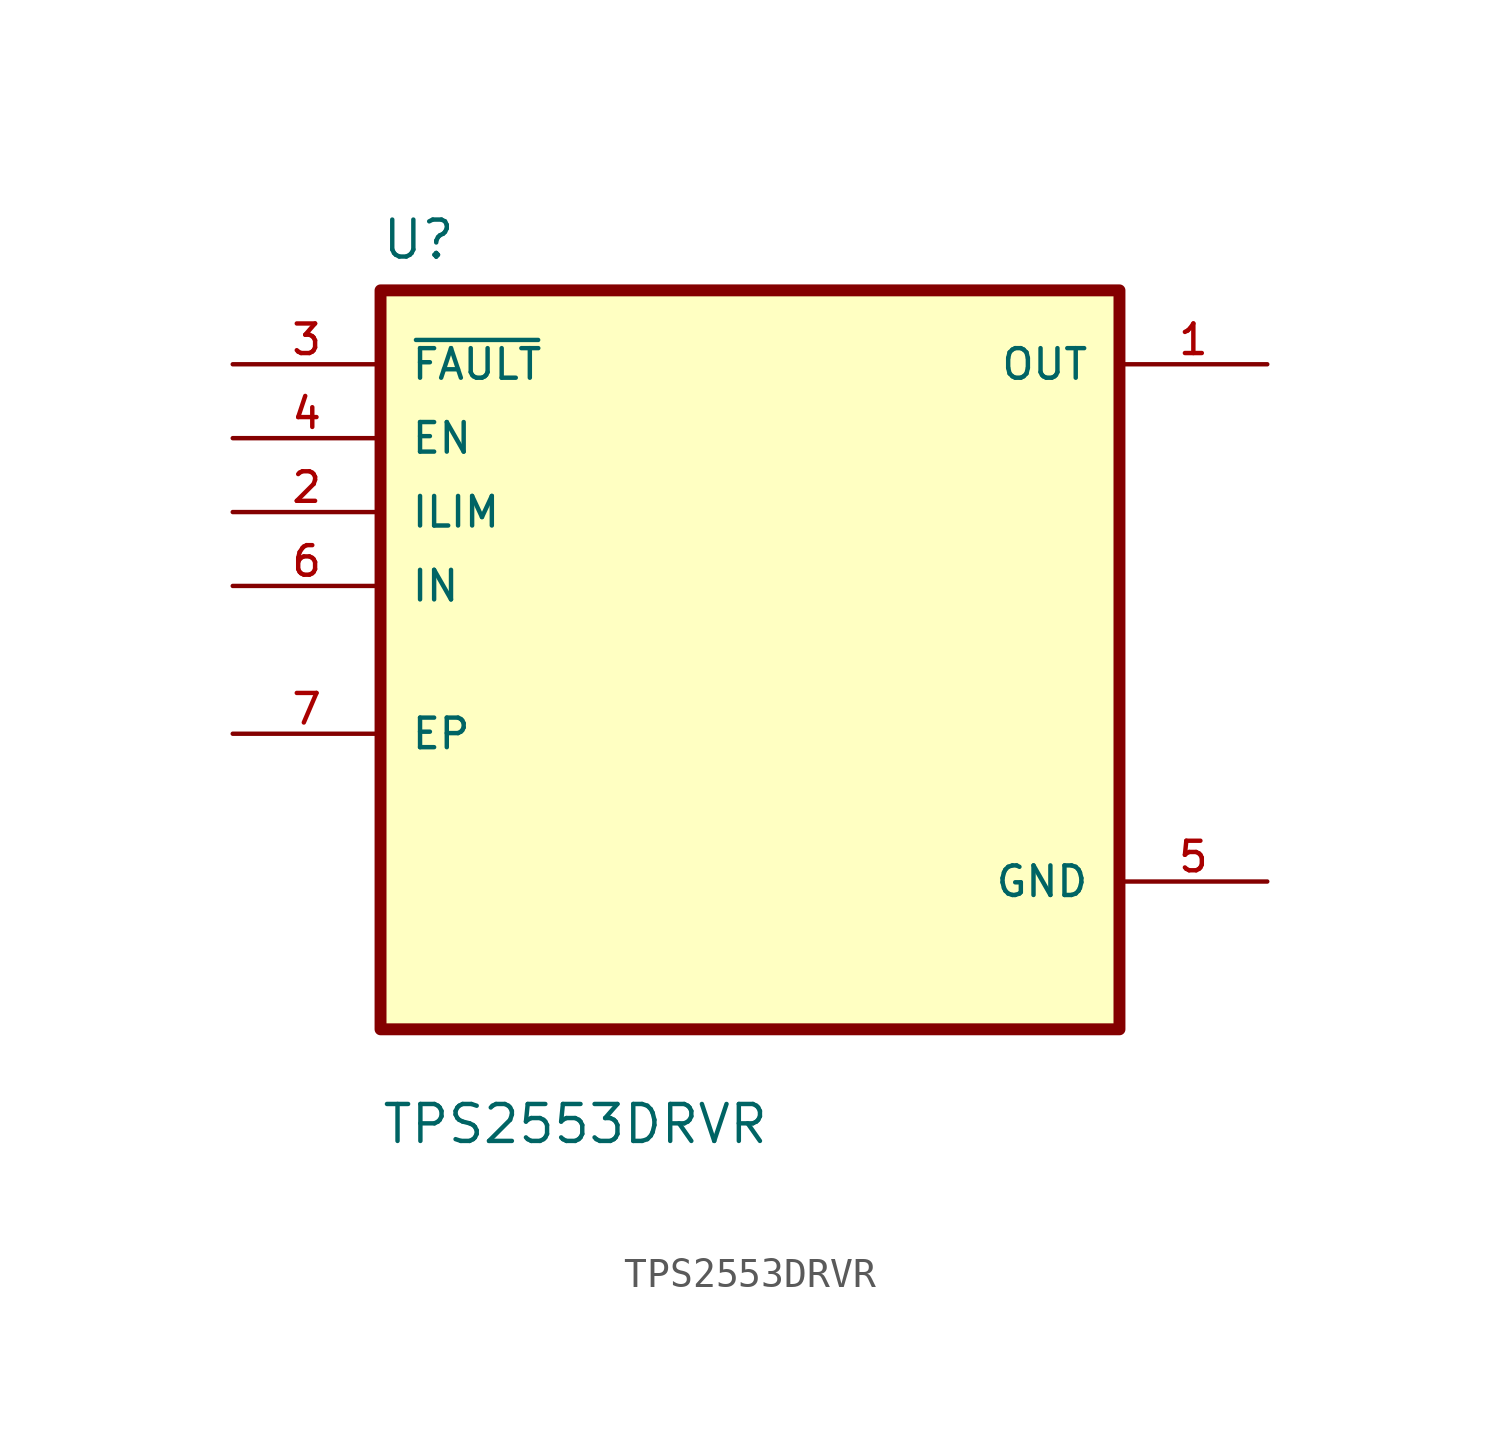
<source format=kicad_sym>
(kicad_symbol_lib
  (version 20211014)
  (generator kicad_symbol_editor)
  (symbol "TPS2553DRVR"
    (pin_names
      (offset 1.016))
    (property "Reference" "U"
      (at -12.7 13.7 0.0)
      (effects (font (size 1.27 1.27)) (justify bottom left)))
    (property "Value" "TPS2553DRVR"
      (at -12.7 -16.7 0.0)
      (effects (font (size 1.27 1.27)) (justify bottom left)))
    (symbol "TPS2553DRVR_0_0"
      (rectangle (start -12.7 -12.7) (end 12.7 12.7) (stroke (width 0.41)) (fill (type background)))
      (pin input line (at -17.78 10.16 0) (length 5.08) (name "~{FAULT}" (effects (font (size 1.016 1.016)))) (number "3" (effects (font (size 1.016 1.016)))))
      (pin input line (at -17.78 7.62 0) (length 5.08) (name "EN" (effects (font (size 1.016 1.016)))) (number "4" (effects (font (size 1.016 1.016)))))
      (pin input line (at -17.78 5.08 0) (length 5.08) (name "ILIM" (effects (font (size 1.016 1.016)))) (number "2" (effects (font (size 1.016 1.016)))))
      (pin input line (at -17.78 2.54 0) (length 5.08) (name "IN" (effects (font (size 1.016 1.016)))) (number "6" (effects (font (size 1.016 1.016)))))
      (pin bidirectional line (at -17.78 -2.54 0) (length 5.08) (name "EP" (effects (font (size 1.016 1.016)))) (number "7" (effects (font (size 1.016 1.016)))))
      (pin output line (at 17.78 10.16 180.0) (length 5.08) (name "OUT" (effects (font (size 1.016 1.016)))) (number "1" (effects (font (size 1.016 1.016)))))
      (pin power_in line (at 17.78 -7.62 180.0) (length 5.08) (name "GND" (effects (font (size 1.016 1.016)))) (number "5" (effects (font (size 1.016 1.016))))))))
</source>
